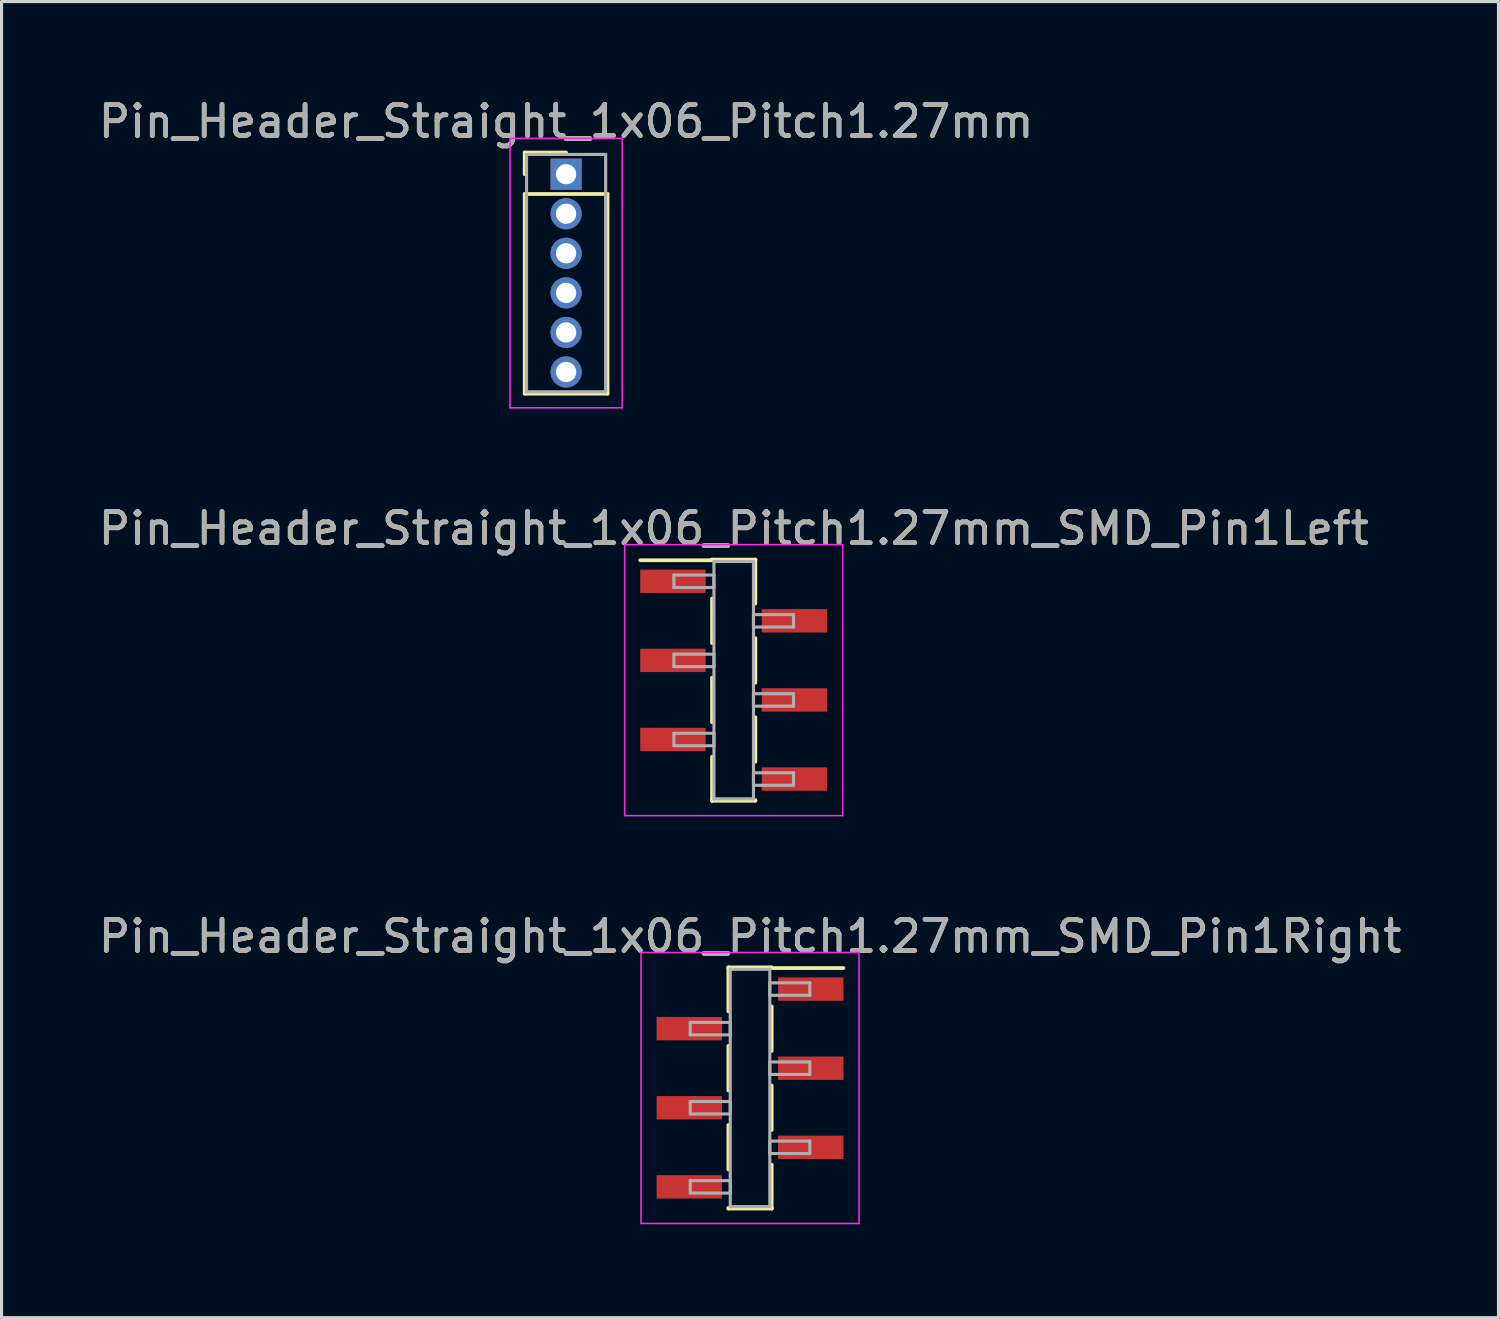
<source format=kicad_pcb>
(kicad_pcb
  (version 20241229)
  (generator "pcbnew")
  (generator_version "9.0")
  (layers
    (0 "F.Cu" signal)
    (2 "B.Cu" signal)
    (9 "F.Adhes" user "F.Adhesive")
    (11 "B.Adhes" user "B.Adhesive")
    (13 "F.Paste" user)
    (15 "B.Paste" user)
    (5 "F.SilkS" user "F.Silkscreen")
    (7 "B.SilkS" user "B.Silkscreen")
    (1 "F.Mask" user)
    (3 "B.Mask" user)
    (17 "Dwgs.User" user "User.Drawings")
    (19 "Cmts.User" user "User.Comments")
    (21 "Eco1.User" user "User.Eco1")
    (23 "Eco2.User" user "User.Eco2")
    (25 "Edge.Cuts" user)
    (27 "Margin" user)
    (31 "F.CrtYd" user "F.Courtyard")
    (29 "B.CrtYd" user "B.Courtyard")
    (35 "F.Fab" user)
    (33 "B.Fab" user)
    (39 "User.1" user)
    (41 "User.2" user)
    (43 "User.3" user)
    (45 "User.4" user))
  (footprint "Pin_Header_Straight_1x06_Pitch1.27mm_SMD_Pin1Left"
    (layer "F.Cu")
    (at 20.506 18.787)
    (property "Reference" "Pin_Header_Straight_1x06_Pitch1.27mm_SMD_Pin1Left" (at 0 -4.87 0) (layer "F.SilkS") (effects (font (size 1 1) (thickness 0.15))))
    (attr smd)
    (fp_line (start -0.695 -3.87) (end 0.695 -3.87) (stroke (width 0.12) (type solid)) (layer "F.SilkS"))
    (fp_line (start -0.695 -3.85) (end -3 -3.85) (stroke (width 0.12) (type solid)) (layer "F.SilkS"))
    (fp_line (start -0.695 -3.85) (end -0.695 -3.87) (stroke (width 0.12) (type solid)) (layer "F.SilkS"))
    (fp_line (start -0.695 -2.62) (end -0.695 -1.19) (stroke (width 0.12) (type solid)) (layer "F.SilkS"))
    (fp_line (start -0.695 -0.08) (end -0.695 1.35) (stroke (width 0.12) (type solid)) (layer "F.SilkS"))
    (fp_line (start -0.695 2.46) (end -0.695 3.87) (stroke (width 0.12) (type solid)) (layer "F.SilkS"))
    (fp_line (start -0.695 3.85) (end -0.695 3.87) (stroke (width 0.12) (type solid)) (layer "F.SilkS"))
    (fp_line (start -0.695 3.87) (end 0.695 3.87) (stroke (width 0.12) (type solid)) (layer "F.SilkS"))
    (fp_line (start 0.695 -3.87) (end 0.695 -3.85) (stroke (width 0.12) (type solid)) (layer "F.SilkS"))
    (fp_line (start 0.695 -3.87) (end 0.695 -2.46) (stroke (width 0.12) (type solid)) (layer "F.SilkS"))
    (fp_line (start 0.695 -1.35) (end 0.695 0.08) (stroke (width 0.12) (type solid)) (layer "F.SilkS"))
    (fp_line (start 0.695 1.19) (end 0.695 2.62) (stroke (width 0.12) (type solid)) (layer "F.SilkS"))
    (fp_line (start 0.695 3.87) (end 0.695 3.85) (stroke (width 0.12) (type solid)) (layer "F.SilkS"))
    (fp_line (start -3.5 -4.35) (end -3.5 4.35) (stroke (width 0.05) (type solid)) (layer "F.CrtYd"))
    (fp_line (start -3.5 4.35) (end 3.5 4.35) (stroke (width 0.05) (type solid)) (layer "F.CrtYd"))
    (fp_line (start 3.5 -4.35) (end -3.5 -4.35) (stroke (width 0.05) (type solid)) (layer "F.CrtYd"))
    (fp_line (start 3.5 4.35) (end 3.5 -4.35) (stroke (width 0.05) (type solid)) (layer "F.CrtYd"))
    (fp_line (start -1.92 -3.375) (end -0.635 -3.375) (stroke (width 0.1) (type solid)) (layer "F.Fab"))
    (fp_line (start -1.92 -2.975) (end -1.92 -3.375) (stroke (width 0.1) (type solid)) (layer "F.Fab"))
    (fp_line (start -1.92 -0.835) (end -0.635 -0.835) (stroke (width 0.1) (type solid)) (layer "F.Fab"))
    (fp_line (start -1.92 -0.435) (end -1.92 -0.835) (stroke (width 0.1) (type solid)) (layer "F.Fab"))
    (fp_line (start -1.92 1.705) (end -0.635 1.705) (stroke (width 0.1) (type solid)) (layer "F.Fab"))
    (fp_line (start -1.92 2.105) (end -1.92 1.705) (stroke (width 0.1) (type solid)) (layer "F.Fab"))
    (fp_line (start -0.635 -3.81) (end -0.635 3.81) (stroke (width 0.1) (type solid)) (layer "F.Fab"))
    (fp_line (start -0.635 -3.375) (end -0.635 -2.975) (stroke (width 0.1) (type solid)) (layer "F.Fab"))
    (fp_line (start -0.635 -2.975) (end -1.92 -2.975) (stroke (width 0.1) (type solid)) (layer "F.Fab"))
    (fp_line (start -0.635 -0.835) (end -0.635 -0.435) (stroke (width 0.1) (type solid)) (layer "F.Fab"))
    (fp_line (start -0.635 -0.435) (end -1.92 -0.435) (stroke (width 0.1) (type solid)) (layer "F.Fab"))
    (fp_line (start -0.635 1.705) (end -0.635 2.105) (stroke (width 0.1) (type solid)) (layer "F.Fab"))
    (fp_line (start -0.635 2.105) (end -1.92 2.105) (stroke (width 0.1) (type solid)) (layer "F.Fab"))
    (fp_line (start -0.635 3.81) (end 0.635 3.81) (stroke (width 0.1) (type solid)) (layer "F.Fab"))
    (fp_line (start 0.635 -3.81) (end -0.635 -3.81) (stroke (width 0.1) (type solid)) (layer "F.Fab"))
    (fp_line (start 0.635 -2.105) (end 0.635 -1.705) (stroke (width 0.1) (type solid)) (layer "F.Fab"))
    (fp_line (start 0.635 -1.705) (end 1.92 -1.705) (stroke (width 0.1) (type solid)) (layer "F.Fab"))
    (fp_line (start 0.635 0.435) (end 0.635 0.835) (stroke (width 0.1) (type solid)) (layer "F.Fab"))
    (fp_line (start 0.635 0.835) (end 1.92 0.835) (stroke (width 0.1) (type solid)) (layer "F.Fab"))
    (fp_line (start 0.635 2.975) (end 0.635 3.375) (stroke (width 0.1) (type solid)) (layer "F.Fab"))
    (fp_line (start 0.635 3.375) (end 1.92 3.375) (stroke (width 0.1) (type solid)) (layer "F.Fab"))
    (fp_line (start 0.635 3.81) (end 0.635 -3.81) (stroke (width 0.1) (type solid)) (layer "F.Fab"))
    (fp_line (start 1.92 -2.105) (end 0.635 -2.105) (stroke (width 0.1) (type solid)) (layer "F.Fab"))
    (fp_line (start 1.92 -1.705) (end 1.92 -2.105) (stroke (width 0.1) (type solid)) (layer "F.Fab"))
    (fp_line (start 1.92 0.435) (end 0.635 0.435) (stroke (width 0.1) (type solid)) (layer "F.Fab"))
    (fp_line (start 1.92 0.835) (end 1.92 0.435) (stroke (width 0.1) (type solid)) (layer "F.Fab"))
    (fp_line (start 1.92 2.975) (end 0.635 2.975) (stroke (width 0.1) (type solid)) (layer "F.Fab"))
    (fp_line (start 1.92 3.375) (end 1.92 2.975) (stroke (width 0.1) (type solid)) (layer "F.Fab"))
    (fp_text user "${REFERENCE}" (at 0 -4.87 0) (layer "F.Fab") (effects (font (size 1 1) (thickness 0.15))))
    (pad "1" smd rect (at -1.95 -3.175) (size 2.1 0.75) (layers "F.Cu" "F.Mask" "F.Paste"))
    (pad "2" smd rect (at 1.95 -1.905) (size 2.1 0.75) (layers "F.Cu" "F.Mask" "F.Paste"))
    (pad "3" smd rect (at -1.95 -0.635) (size 2.1 0.75) (layers "F.Cu" "F.Mask" "F.Paste"))
    (pad "4" smd rect (at 1.95 0.635) (size 2.1 0.75) (layers "F.Cu" "F.Mask" "F.Paste"))
    (pad "5" smd rect (at -1.95 1.905) (size 2.1 0.75) (layers "F.Cu" "F.Mask" "F.Paste"))
    (pad "6" smd rect (at 1.95 3.175) (size 2.1 0.75) (layers "F.Cu" "F.Mask" "F.Paste")))
  (footprint "Pin_Header_Straight_1x06_Pitch1.27mm_SMD_Pin1Right"
    (layer "F.Cu")
    (at 21.03 31.88)
    (property "Reference" "Pin_Header_Straight_1x06_Pitch1.27mm_SMD_Pin1Right" (at 0 -4.87 0) (layer "F.SilkS") (effects (font (size 1 1) (thickness 0.15))))
    (attr smd)
    (fp_line (start -0.695 -3.87) (end -0.695 -2.46) (stroke (width 0.12) (type solid)) (layer "F.SilkS"))
    (fp_line (start -0.695 -3.87) (end 0.695 -3.87) (stroke (width 0.12) (type solid)) (layer "F.SilkS"))
    (fp_line (start -0.695 -3.85) (end -0.695 -3.87) (stroke (width 0.12) (type solid)) (layer "F.SilkS"))
    (fp_line (start -0.695 -1.35) (end -0.695 0.08) (stroke (width 0.12) (type solid)) (layer "F.SilkS"))
    (fp_line (start -0.695 1.19) (end -0.695 2.62) (stroke (width 0.12) (type solid)) (layer "F.SilkS"))
    (fp_line (start -0.695 3.85) (end -0.695 3.87) (stroke (width 0.12) (type solid)) (layer "F.SilkS"))
    (fp_line (start -0.695 3.87) (end 0.695 3.87) (stroke (width 0.12) (type solid)) (layer "F.SilkS"))
    (fp_line (start 0.695 -3.87) (end 0.695 -3.85) (stroke (width 0.12) (type solid)) (layer "F.SilkS"))
    (fp_line (start 0.695 -3.85) (end 3 -3.85) (stroke (width 0.12) (type solid)) (layer "F.SilkS"))
    (fp_line (start 0.695 -2.62) (end 0.695 -1.19) (stroke (width 0.12) (type solid)) (layer "F.SilkS"))
    (fp_line (start 0.695 -0.08) (end 0.695 1.35) (stroke (width 0.12) (type solid)) (layer "F.SilkS"))
    (fp_line (start 0.695 2.46) (end 0.695 3.87) (stroke (width 0.12) (type solid)) (layer "F.SilkS"))
    (fp_line (start 0.695 3.87) (end 0.695 3.85) (stroke (width 0.12) (type solid)) (layer "F.SilkS"))
    (fp_line (start -3.5 -4.35) (end -3.5 4.35) (stroke (width 0.05) (type solid)) (layer "F.CrtYd"))
    (fp_line (start -3.5 4.35) (end 3.5 4.35) (stroke (width 0.05) (type solid)) (layer "F.CrtYd"))
    (fp_line (start 3.5 -4.35) (end -3.5 -4.35) (stroke (width 0.05) (type solid)) (layer "F.CrtYd"))
    (fp_line (start 3.5 4.35) (end 3.5 -4.35) (stroke (width 0.05) (type solid)) (layer "F.CrtYd"))
    (fp_line (start -1.92 -2.105) (end -0.635 -2.105) (stroke (width 0.1) (type solid)) (layer "F.Fab"))
    (fp_line (start -1.92 -1.705) (end -1.92 -2.105) (stroke (width 0.1) (type solid)) (layer "F.Fab"))
    (fp_line (start -1.92 0.435) (end -0.635 0.435) (stroke (width 0.1) (type solid)) (layer "F.Fab"))
    (fp_line (start -1.92 0.835) (end -1.92 0.435) (stroke (width 0.1) (type solid)) (layer "F.Fab"))
    (fp_line (start -1.92 2.975) (end -0.635 2.975) (stroke (width 0.1) (type solid)) (layer "F.Fab"))
    (fp_line (start -1.92 3.375) (end -1.92 2.975) (stroke (width 0.1) (type solid)) (layer "F.Fab"))
    (fp_line (start -0.635 -3.81) (end -0.635 3.81) (stroke (width 0.1) (type solid)) (layer "F.Fab"))
    (fp_line (start -0.635 -2.105) (end -0.635 -1.705) (stroke (width 0.1) (type solid)) (layer "F.Fab"))
    (fp_line (start -0.635 -1.705) (end -1.92 -1.705) (stroke (width 0.1) (type solid)) (layer "F.Fab"))
    (fp_line (start -0.635 0.435) (end -0.635 0.835) (stroke (width 0.1) (type solid)) (layer "F.Fab"))
    (fp_line (start -0.635 0.835) (end -1.92 0.835) (stroke (width 0.1) (type solid)) (layer "F.Fab"))
    (fp_line (start -0.635 2.975) (end -0.635 3.375) (stroke (width 0.1) (type solid)) (layer "F.Fab"))
    (fp_line (start -0.635 3.375) (end -1.92 3.375) (stroke (width 0.1) (type solid)) (layer "F.Fab"))
    (fp_line (start -0.635 3.81) (end 0.635 3.81) (stroke (width 0.1) (type solid)) (layer "F.Fab"))
    (fp_line (start 0.635 -3.81) (end -0.635 -3.81) (stroke (width 0.1) (type solid)) (layer "F.Fab"))
    (fp_line (start 0.635 -3.375) (end 0.635 -2.975) (stroke (width 0.1) (type solid)) (layer "F.Fab"))
    (fp_line (start 0.635 -2.975) (end 1.92 -2.975) (stroke (width 0.1) (type solid)) (layer "F.Fab"))
    (fp_line (start 0.635 -0.835) (end 0.635 -0.435) (stroke (width 0.1) (type solid)) (layer "F.Fab"))
    (fp_line (start 0.635 -0.435) (end 1.92 -0.435) (stroke (width 0.1) (type solid)) (layer "F.Fab"))
    (fp_line (start 0.635 1.705) (end 0.635 2.105) (stroke (width 0.1) (type solid)) (layer "F.Fab"))
    (fp_line (start 0.635 2.105) (end 1.92 2.105) (stroke (width 0.1) (type solid)) (layer "F.Fab"))
    (fp_line (start 0.635 3.81) (end 0.635 -3.81) (stroke (width 0.1) (type solid)) (layer "F.Fab"))
    (fp_line (start 1.92 -3.375) (end 0.635 -3.375) (stroke (width 0.1) (type solid)) (layer "F.Fab"))
    (fp_line (start 1.92 -2.975) (end 1.92 -3.375) (stroke (width 0.1) (type solid)) (layer "F.Fab"))
    (fp_line (start 1.92 -0.835) (end 0.635 -0.835) (stroke (width 0.1) (type solid)) (layer "F.Fab"))
    (fp_line (start 1.92 -0.435) (end 1.92 -0.835) (stroke (width 0.1) (type solid)) (layer "F.Fab"))
    (fp_line (start 1.92 1.705) (end 0.635 1.705) (stroke (width 0.1) (type solid)) (layer "F.Fab"))
    (fp_line (start 1.92 2.105) (end 1.92 1.705) (stroke (width 0.1) (type solid)) (layer "F.Fab"))
    (fp_text user "${REFERENCE}" (at 0 -4.87 0) (layer "F.Fab") (effects (font (size 1 1) (thickness 0.15))))
    (pad "1" smd rect (at 1.95 -3.175) (size 2.1 0.75) (layers "F.Cu" "F.Mask" "F.Paste"))
    (pad "2" smd rect (at -1.95 -1.905) (size 2.1 0.75) (layers "F.Cu" "F.Mask" "F.Paste"))
    (pad "3" smd rect (at 1.95 -0.635) (size 2.1 0.75) (layers "F.Cu" "F.Mask" "F.Paste"))
    (pad "4" smd rect (at -1.95 0.635) (size 2.1 0.75) (layers "F.Cu" "F.Mask" "F.Paste"))
    (pad "5" smd rect (at 1.95 1.905) (size 2.1 0.75) (layers "F.Cu" "F.Mask" "F.Paste"))
    (pad "6" smd rect (at -1.95 3.175) (size 2.1 0.75) (layers "F.Cu" "F.Mask" "F.Paste")))
  (footprint "Pin_Header_Straight_1x06_Pitch1.27mm"
    (layer "F.Cu")
    (at 15.125 2.543)
    (property "Reference" "Pin_Header_Straight_1x06_Pitch1.27mm" (at 0 -1.695 0) (layer "F.SilkS") (effects (font (size 1 1) (thickness 0.15))))
    (attr through_hole)
    (fp_line (start -1.33 -0.695) (end 0 -0.695) (stroke (width 0.12) (type solid)) (layer "F.SilkS"))
    (fp_line (start -1.33 0) (end -1.33 -0.695) (stroke (width 0.12) (type solid)) (layer "F.SilkS"))
    (fp_line (start -1.33 0.635) (end -1.33 7.045) (stroke (width 0.12) (type solid)) (layer "F.SilkS"))
    (fp_line (start -1.33 7.045) (end 1.33 7.045) (stroke (width 0.12) (type solid)) (layer "F.SilkS"))
    (fp_line (start 1.33 0.635) (end -1.33 0.635) (stroke (width 0.12) (type solid)) (layer "F.SilkS"))
    (fp_line (start 1.33 7.045) (end 1.33 0.635) (stroke (width 0.12) (type solid)) (layer "F.SilkS"))
    (fp_line (start -1.8 -1.15) (end -1.8 7.5) (stroke (width 0.05) (type solid)) (layer "F.CrtYd"))
    (fp_line (start -1.8 7.5) (end 1.8 7.5) (stroke (width 0.05) (type solid)) (layer "F.CrtYd"))
    (fp_line (start 1.8 -1.15) (end -1.8 -1.15) (stroke (width 0.05) (type solid)) (layer "F.CrtYd"))
    (fp_line (start 1.8 7.5) (end 1.8 -1.15) (stroke (width 0.05) (type solid)) (layer "F.CrtYd"))
    (fp_line (start -1.27 -0.635) (end -1.27 6.985) (stroke (width 0.1) (type solid)) (layer "F.Fab"))
    (fp_line (start -1.27 6.985) (end 1.27 6.985) (stroke (width 0.1) (type solid)) (layer "F.Fab"))
    (fp_line (start 1.27 -0.635) (end -1.27 -0.635) (stroke (width 0.1) (type solid)) (layer "F.Fab"))
    (fp_line (start 1.27 6.985) (end 1.27 -0.635) (stroke (width 0.1) (type solid)) (layer "F.Fab"))
    (fp_text user "${REFERENCE}" (at 0 -1.695 0) (layer "F.Fab") (effects (font (size 1 1) (thickness 0.15))))
    (pad "1" thru_hole rect (at 0 0) (size 1 1) (drill 0.65) (layers "*.Cu" "*.Mask"))
    (pad "2" thru_hole oval (at 0 1.27) (size 1 1) (drill 0.65) (layers "*.Cu" "*.Mask"))
    (pad "3" thru_hole oval (at 0 2.54) (size 1 1) (drill 0.65) (layers "*.Cu" "*.Mask"))
    (pad "4" thru_hole oval (at 0 3.81) (size 1 1) (drill 0.65) (layers "*.Cu" "*.Mask"))
    (pad "5" thru_hole oval (at 0 5.08) (size 1 1) (drill 0.65) (layers "*.Cu" "*.Mask"))
    (pad "6" thru_hole oval (at 0 6.35) (size 1 1) (drill 0.65) (layers "*.Cu" "*.Mask")))
  (gr_rect
    (start -3 -3)
    (end 45.06 39.255)
    (stroke (width 0.1) (type default))
    (fill no)
    (layer "Edge.Cuts")))
</source>
